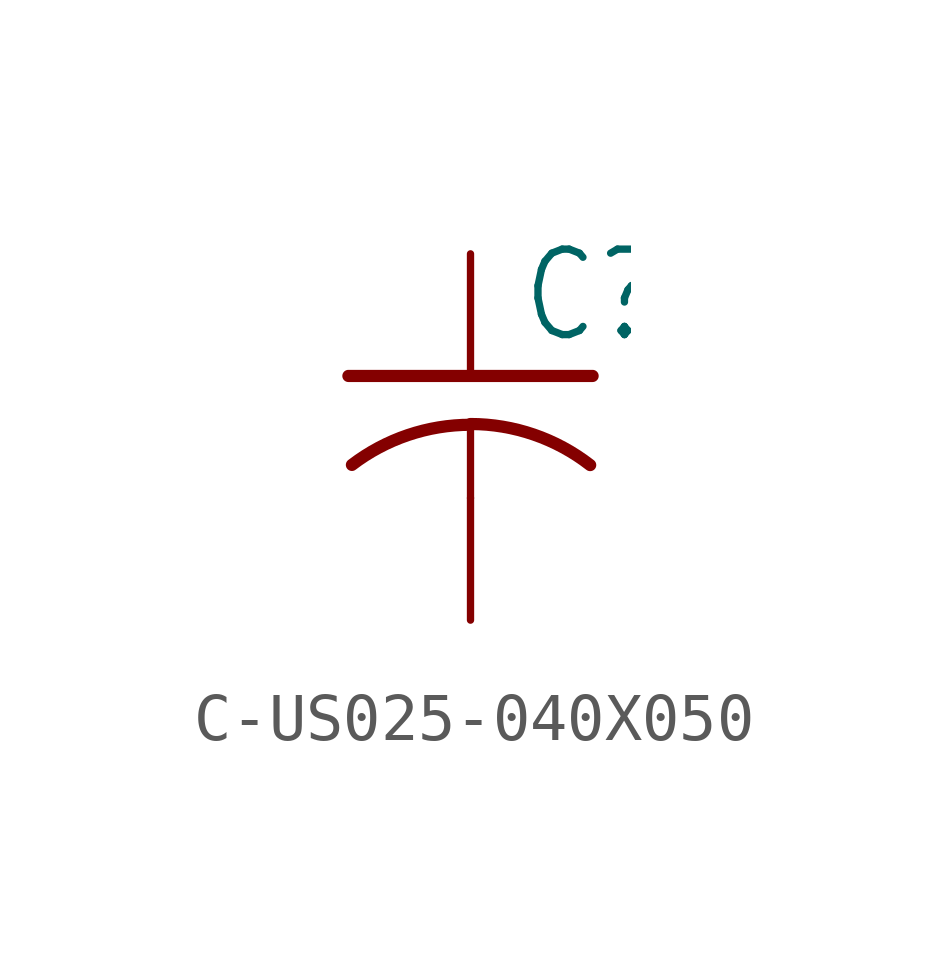
<source format=kicad_sym>
(kicad_symbol_lib
  (version 20231120)
  (generator "kicad_symbol_editor")
  (generator_version "8.0")
  (symbol "C-US025-040X050"
    (property "Reference" "C"
      (at 1.016 0.635 0)
      (effects (font (size 1.778 1.511)) (justify left bottom)))
    (property "Value" ""
      (at 1.016 -4.191 0)
      (effects (font (size 1.778 1.511)) (justify left bottom)))
    (property "ki_locked" ""
      (at 0 0 0)
      (effects (font (size 1.27 1.27))))
    (symbol "C-US025-040X050_1_0"
      (arc (start 0 -1.0161) (mid -1.302 -1.2303) (end -2.4668 -1.8504) (stroke (width 0.254) (type solid)) (fill (type none)))
      (polyline (pts (xy -2.54 0) (xy 2.54 0)) (stroke (width 0.254) (type solid)) (fill (type none)))
      (polyline (pts (xy 0 -1.016) (xy 0 -2.54)) (stroke (width 0.152) (type solid)) (fill (type none)))
      (arc (start 2.4892 -1.8541) (mid 1.3158 -1.2194) (end 0 -1) (stroke (width 0.254) (type solid)) (fill (type none)))
      (pin passive line (at 0 2.54 270) (length 2.54) (name "1" (effects (font (size 0 0)))) (number "1" (effects (font (size 0 0)))))
      (pin passive line (at 0 -5.08 90) (length 2.54) (name "2" (effects (font (size 0 0)))) (number "2" (effects (font (size 0 0))))))))
</source>
